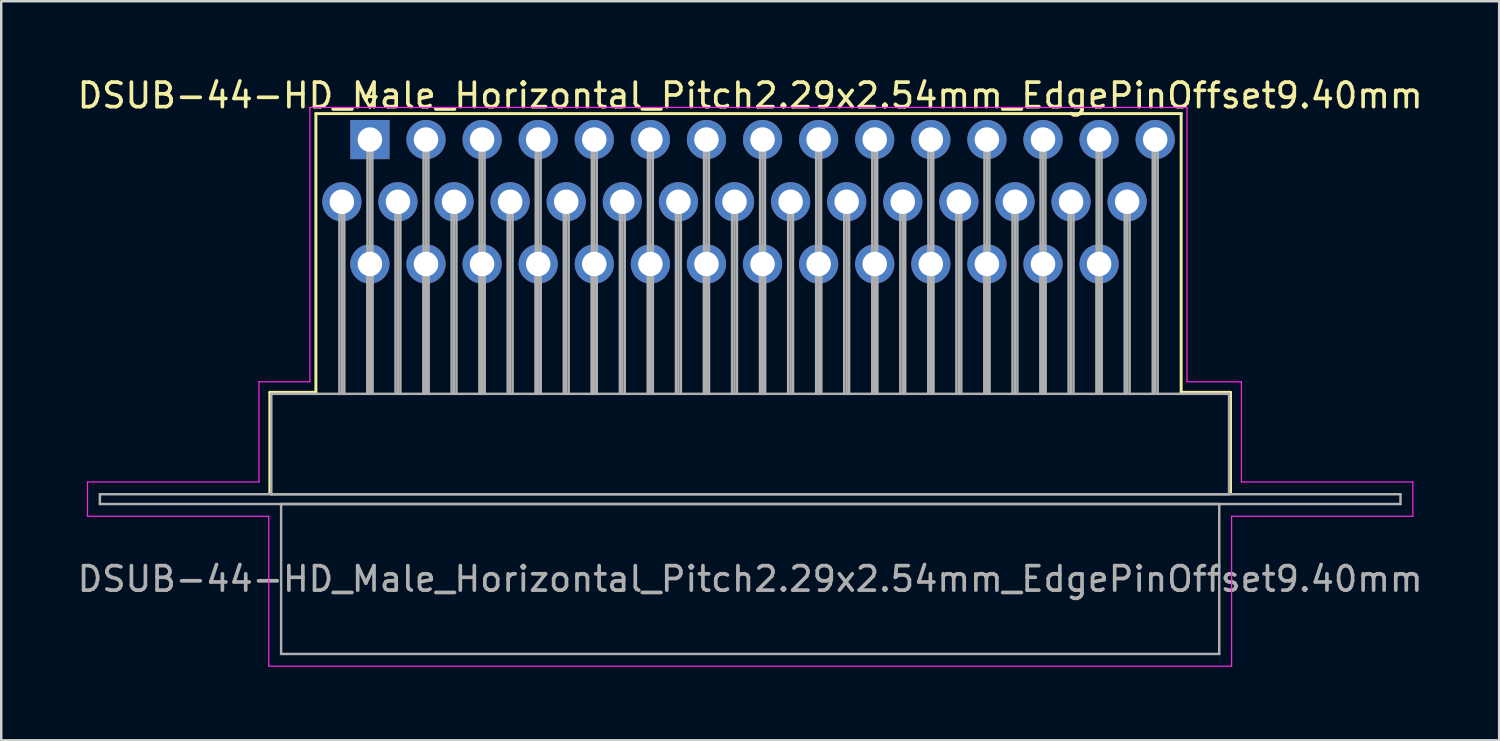
<source format=kicad_pcb>
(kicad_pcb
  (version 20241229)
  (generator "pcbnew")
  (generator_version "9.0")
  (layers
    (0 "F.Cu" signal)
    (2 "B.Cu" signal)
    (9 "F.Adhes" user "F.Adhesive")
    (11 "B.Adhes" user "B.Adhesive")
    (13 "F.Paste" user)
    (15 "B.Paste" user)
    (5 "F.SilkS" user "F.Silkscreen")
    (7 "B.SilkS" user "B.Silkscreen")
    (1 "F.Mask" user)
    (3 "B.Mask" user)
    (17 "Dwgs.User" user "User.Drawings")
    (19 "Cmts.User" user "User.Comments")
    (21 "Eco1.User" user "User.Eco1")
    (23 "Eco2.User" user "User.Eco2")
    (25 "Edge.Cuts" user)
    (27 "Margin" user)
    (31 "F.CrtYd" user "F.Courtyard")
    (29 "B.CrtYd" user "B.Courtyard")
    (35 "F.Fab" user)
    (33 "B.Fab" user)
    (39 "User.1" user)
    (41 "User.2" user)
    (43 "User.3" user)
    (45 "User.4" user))
  (footprint "DSUB-44-HD_Male_Horizontal_Pitch2.29x2.54mm_EdgePinOffset9.40mm"
    (layer "F.Cu")
    (at 12.052 2.648)
    (property "Reference" "DSUB-44-HD_Male_Horizontal_Pitch2.29x2.54mm_EdgePinOffset9.40mm" (at 15.525 -1.8 0) (layer "F.SilkS") (effects (font (size 1 1) (thickness 0.15))))
    (attr through_hole)
    (fp_line (start -4.085 10.32) (end -2.205 10.32) (stroke (width 0.12) (type solid)) (layer "F.SilkS"))
    (fp_line (start -4.085 14.42) (end -4.085 10.32) (stroke (width 0.12) (type solid)) (layer "F.SilkS"))
    (fp_line (start -2.205 -1.06) (end 33.12 -1.06) (stroke (width 0.12) (type solid)) (layer "F.SilkS"))
    (fp_line (start -2.205 10.32) (end -2.205 -1.06) (stroke (width 0.12) (type solid)) (layer "F.SilkS"))
    (fp_line (start -0.25 -1.754) (end 0.25 -1.754) (stroke (width 0.12) (type solid)) (layer "F.SilkS"))
    (fp_line (start 0 -1.321) (end -0.25 -1.754) (stroke (width 0.12) (type solid)) (layer "F.SilkS"))
    (fp_line (start 0.25 -1.754) (end 0 -1.321) (stroke (width 0.12) (type solid)) (layer "F.SilkS"))
    (fp_line (start 33.12 -1.06) (end 33.12 10.32) (stroke (width 0.12) (type solid)) (layer "F.SilkS"))
    (fp_line (start 33.12 10.32) (end 35.135 10.32) (stroke (width 0.12) (type solid)) (layer "F.SilkS"))
    (fp_line (start 35.135 10.32) (end 35.135 14.42) (stroke (width 0.12) (type solid)) (layer "F.SilkS"))
    (fp_line (start -11.53 13.98) (end -4.53 13.98) (stroke (width 0.05) (type solid)) (layer "F.CrtYd"))
    (fp_line (start -11.53 15.38) (end -11.53 13.98) (stroke (width 0.05) (type solid)) (layer "F.CrtYd"))
    (fp_line (start -4.53 9.89) (end -2.45 9.89) (stroke (width 0.05) (type solid)) (layer "F.CrtYd"))
    (fp_line (start -4.53 13.98) (end -4.53 9.89) (stroke (width 0.05) (type solid)) (layer "F.CrtYd"))
    (fp_line (start -4.13 15.38) (end -11.53 15.38) (stroke (width 0.05) (type solid)) (layer "F.CrtYd"))
    (fp_line (start -4.13 21.5) (end -4.13 15.38) (stroke (width 0.05) (type solid)) (layer "F.CrtYd"))
    (fp_line (start -2.45 -1.31) (end 33.36 -1.31) (stroke (width 0.05) (type solid)) (layer "F.CrtYd"))
    (fp_line (start -2.45 9.89) (end -2.45 -1.31) (stroke (width 0.05) (type solid)) (layer "F.CrtYd"))
    (fp_line (start 33.36 -1.31) (end 33.36 9.89) (stroke (width 0.05) (type solid)) (layer "F.CrtYd"))
    (fp_line (start 33.36 9.89) (end 35.58 9.89) (stroke (width 0.05) (type solid)) (layer "F.CrtYd"))
    (fp_line (start 35.18 15.38) (end 35.18 21.5) (stroke (width 0.05) (type solid)) (layer "F.CrtYd"))
    (fp_line (start 35.18 21.5) (end -4.13 21.5) (stroke (width 0.05) (type solid)) (layer "F.CrtYd"))
    (fp_line (start 35.58 9.89) (end 35.58 13.98) (stroke (width 0.05) (type solid)) (layer "F.CrtYd"))
    (fp_line (start 35.58 13.98) (end 42.58 13.98) (stroke (width 0.05) (type solid)) (layer "F.CrtYd"))
    (fp_line (start 42.58 13.98) (end 42.58 15.38) (stroke (width 0.05) (type solid)) (layer "F.CrtYd"))
    (fp_line (start 42.58 15.38) (end 35.18 15.38) (stroke (width 0.05) (type solid)) (layer "F.CrtYd"))
    (fp_line (start -11.025 14.48) (end -11.025 14.88) (stroke (width 0.1) (type solid)) (layer "F.Fab"))
    (fp_line (start -11.025 14.88) (end 42.075 14.88) (stroke (width 0.1) (type solid)) (layer "F.Fab"))
    (fp_line (start -4.025 10.38) (end -4.025 14.48) (stroke (width 0.1) (type solid)) (layer "F.Fab"))
    (fp_line (start -4.025 14.48) (end 35.075 14.48) (stroke (width 0.1) (type solid)) (layer "F.Fab"))
    (fp_line (start -3.625 14.88) (end -3.625 21) (stroke (width 0.1) (type solid)) (layer "F.Fab"))
    (fp_line (start -3.625 21) (end 34.675 21) (stroke (width 0.1) (type solid)) (layer "F.Fab"))
    (fp_line (start -1.245 2.54) (end -1.245 10.38) (stroke (width 0.1) (type solid)) (layer "F.Fab"))
    (fp_line (start -1.145 2.54) (end -1.145 10.38) (stroke (width 0.1) (type solid)) (layer "F.Fab"))
    (fp_line (start -1.045 2.54) (end -1.045 10.38) (stroke (width 0.1) (type solid)) (layer "F.Fab"))
    (fp_line (start -0.1 0) (end -0.1 10.38) (stroke (width 0.1) (type solid)) (layer "F.Fab"))
    (fp_line (start -0.1 5.08) (end -0.1 10.38) (stroke (width 0.1) (type solid)) (layer "F.Fab"))
    (fp_line (start 0 0) (end 0 10.38) (stroke (width 0.1) (type solid)) (layer "F.Fab"))
    (fp_line (start 0 5.08) (end 0 10.38) (stroke (width 0.1) (type solid)) (layer "F.Fab"))
    (fp_line (start 0.1 0) (end 0.1 10.38) (stroke (width 0.1) (type solid)) (layer "F.Fab"))
    (fp_line (start 0.1 5.08) (end 0.1 10.38) (stroke (width 0.1) (type solid)) (layer "F.Fab"))
    (fp_line (start 1.045 2.54) (end 1.045 10.38) (stroke (width 0.1) (type solid)) (layer "F.Fab"))
    (fp_line (start 1.145 2.54) (end 1.145 10.38) (stroke (width 0.1) (type solid)) (layer "F.Fab"))
    (fp_line (start 1.245 2.54) (end 1.245 10.38) (stroke (width 0.1) (type solid)) (layer "F.Fab"))
    (fp_line (start 2.19 0) (end 2.19 10.38) (stroke (width 0.1) (type solid)) (layer "F.Fab"))
    (fp_line (start 2.19 5.08) (end 2.19 10.38) (stroke (width 0.1) (type solid)) (layer "F.Fab"))
    (fp_line (start 2.29 0) (end 2.29 10.38) (stroke (width 0.1) (type solid)) (layer "F.Fab"))
    (fp_line (start 2.29 5.08) (end 2.29 10.38) (stroke (width 0.1) (type solid)) (layer "F.Fab"))
    (fp_line (start 2.39 0) (end 2.39 10.38) (stroke (width 0.1) (type solid)) (layer "F.Fab"))
    (fp_line (start 2.39 5.08) (end 2.39 10.38) (stroke (width 0.1) (type solid)) (layer "F.Fab"))
    (fp_line (start 3.335 2.54) (end 3.335 10.38) (stroke (width 0.1) (type solid)) (layer "F.Fab"))
    (fp_line (start 3.435 2.54) (end 3.435 10.38) (stroke (width 0.1) (type solid)) (layer "F.Fab"))
    (fp_line (start 3.535 2.54) (end 3.535 10.38) (stroke (width 0.1) (type solid)) (layer "F.Fab"))
    (fp_line (start 4.48 0) (end 4.48 10.38) (stroke (width 0.1) (type solid)) (layer "F.Fab"))
    (fp_line (start 4.48 5.08) (end 4.48 10.38) (stroke (width 0.1) (type solid)) (layer "F.Fab"))
    (fp_line (start 4.58 0) (end 4.58 10.38) (stroke (width 0.1) (type solid)) (layer "F.Fab"))
    (fp_line (start 4.58 5.08) (end 4.58 10.38) (stroke (width 0.1) (type solid)) (layer "F.Fab"))
    (fp_line (start 4.68 0) (end 4.68 10.38) (stroke (width 0.1) (type solid)) (layer "F.Fab"))
    (fp_line (start 4.68 5.08) (end 4.68 10.38) (stroke (width 0.1) (type solid)) (layer "F.Fab"))
    (fp_line (start 5.625 2.54) (end 5.625 10.38) (stroke (width 0.1) (type solid)) (layer "F.Fab"))
    (fp_line (start 5.725 2.54) (end 5.725 10.38) (stroke (width 0.1) (type solid)) (layer "F.Fab"))
    (fp_line (start 5.825 2.54) (end 5.825 10.38) (stroke (width 0.1) (type solid)) (layer "F.Fab"))
    (fp_line (start 6.77 0) (end 6.77 10.38) (stroke (width 0.1) (type solid)) (layer "F.Fab"))
    (fp_line (start 6.77 5.08) (end 6.77 10.38) (stroke (width 0.1) (type solid)) (layer "F.Fab"))
    (fp_line (start 6.87 0) (end 6.87 10.38) (stroke (width 0.1) (type solid)) (layer "F.Fab"))
    (fp_line (start 6.87 5.08) (end 6.87 10.38) (stroke (width 0.1) (type solid)) (layer "F.Fab"))
    (fp_line (start 6.97 0) (end 6.97 10.38) (stroke (width 0.1) (type solid)) (layer "F.Fab"))
    (fp_line (start 6.97 5.08) (end 6.97 10.38) (stroke (width 0.1) (type solid)) (layer "F.Fab"))
    (fp_line (start 7.915 2.54) (end 7.915 10.38) (stroke (width 0.1) (type solid)) (layer "F.Fab"))
    (fp_line (start 8.015 2.54) (end 8.015 10.38) (stroke (width 0.1) (type solid)) (layer "F.Fab"))
    (fp_line (start 8.115 2.54) (end 8.115 10.38) (stroke (width 0.1) (type solid)) (layer "F.Fab"))
    (fp_line (start 9.06 0) (end 9.06 10.38) (stroke (width 0.1) (type solid)) (layer "F.Fab"))
    (fp_line (start 9.06 5.08) (end 9.06 10.38) (stroke (width 0.1) (type solid)) (layer "F.Fab"))
    (fp_line (start 9.16 0) (end 9.16 10.38) (stroke (width 0.1) (type solid)) (layer "F.Fab"))
    (fp_line (start 9.16 5.08) (end 9.16 10.38) (stroke (width 0.1) (type solid)) (layer "F.Fab"))
    (fp_line (start 9.26 0) (end 9.26 10.38) (stroke (width 0.1) (type solid)) (layer "F.Fab"))
    (fp_line (start 9.26 5.08) (end 9.26 10.38) (stroke (width 0.1) (type solid)) (layer "F.Fab"))
    (fp_line (start 10.205 2.54) (end 10.205 10.38) (stroke (width 0.1) (type solid)) (layer "F.Fab"))
    (fp_line (start 10.305 2.54) (end 10.305 10.38) (stroke (width 0.1) (type solid)) (layer "F.Fab"))
    (fp_line (start 10.405 2.54) (end 10.405 10.38) (stroke (width 0.1) (type solid)) (layer "F.Fab"))
    (fp_line (start 11.35 0) (end 11.35 10.38) (stroke (width 0.1) (type solid)) (layer "F.Fab"))
    (fp_line (start 11.35 5.08) (end 11.35 10.38) (stroke (width 0.1) (type solid)) (layer "F.Fab"))
    (fp_line (start 11.45 0) (end 11.45 10.38) (stroke (width 0.1) (type solid)) (layer "F.Fab"))
    (fp_line (start 11.45 5.08) (end 11.45 10.38) (stroke (width 0.1) (type solid)) (layer "F.Fab"))
    (fp_line (start 11.55 0) (end 11.55 10.38) (stroke (width 0.1) (type solid)) (layer "F.Fab"))
    (fp_line (start 11.55 5.08) (end 11.55 10.38) (stroke (width 0.1) (type solid)) (layer "F.Fab"))
    (fp_line (start 12.495 2.54) (end 12.495 10.38) (stroke (width 0.1) (type solid)) (layer "F.Fab"))
    (fp_line (start 12.595 2.54) (end 12.595 10.38) (stroke (width 0.1) (type solid)) (layer "F.Fab"))
    (fp_line (start 12.695 2.54) (end 12.695 10.38) (stroke (width 0.1) (type solid)) (layer "F.Fab"))
    (fp_line (start 13.64 0) (end 13.64 10.38) (stroke (width 0.1) (type solid)) (layer "F.Fab"))
    (fp_line (start 13.64 5.08) (end 13.64 10.38) (stroke (width 0.1) (type solid)) (layer "F.Fab"))
    (fp_line (start 13.74 0) (end 13.74 10.38) (stroke (width 0.1) (type solid)) (layer "F.Fab"))
    (fp_line (start 13.74 5.08) (end 13.74 10.38) (stroke (width 0.1) (type solid)) (layer "F.Fab"))
    (fp_line (start 13.84 0) (end 13.84 10.38) (stroke (width 0.1) (type solid)) (layer "F.Fab"))
    (fp_line (start 13.84 5.08) (end 13.84 10.38) (stroke (width 0.1) (type solid)) (layer "F.Fab"))
    (fp_line (start 14.785 2.54) (end 14.785 10.38) (stroke (width 0.1) (type solid)) (layer "F.Fab"))
    (fp_line (start 14.885 2.54) (end 14.885 10.38) (stroke (width 0.1) (type solid)) (layer "F.Fab"))
    (fp_line (start 14.985 2.54) (end 14.985 10.38) (stroke (width 0.1) (type solid)) (layer "F.Fab"))
    (fp_line (start 15.93 0) (end 15.93 10.38) (stroke (width 0.1) (type solid)) (layer "F.Fab"))
    (fp_line (start 15.93 5.08) (end 15.93 10.38) (stroke (width 0.1) (type solid)) (layer "F.Fab"))
    (fp_line (start 16.03 0) (end 16.03 10.38) (stroke (width 0.1) (type solid)) (layer "F.Fab"))
    (fp_line (start 16.03 5.08) (end 16.03 10.38) (stroke (width 0.1) (type solid)) (layer "F.Fab"))
    (fp_line (start 16.13 0) (end 16.13 10.38) (stroke (width 0.1) (type solid)) (layer "F.Fab"))
    (fp_line (start 16.13 5.08) (end 16.13 10.38) (stroke (width 0.1) (type solid)) (layer "F.Fab"))
    (fp_line (start 17.075 2.54) (end 17.075 10.38) (stroke (width 0.1) (type solid)) (layer "F.Fab"))
    (fp_line (start 17.175 2.54) (end 17.175 10.38) (stroke (width 0.1) (type solid)) (layer "F.Fab"))
    (fp_line (start 17.275 2.54) (end 17.275 10.38) (stroke (width 0.1) (type solid)) (layer "F.Fab"))
    (fp_line (start 18.22 0) (end 18.22 10.38) (stroke (width 0.1) (type solid)) (layer "F.Fab"))
    (fp_line (start 18.22 5.08) (end 18.22 10.38) (stroke (width 0.1) (type solid)) (layer "F.Fab"))
    (fp_line (start 18.32 0) (end 18.32 10.38) (stroke (width 0.1) (type solid)) (layer "F.Fab"))
    (fp_line (start 18.32 5.08) (end 18.32 10.38) (stroke (width 0.1) (type solid)) (layer "F.Fab"))
    (fp_line (start 18.42 0) (end 18.42 10.38) (stroke (width 0.1) (type solid)) (layer "F.Fab"))
    (fp_line (start 18.42 5.08) (end 18.42 10.38) (stroke (width 0.1) (type solid)) (layer "F.Fab"))
    (fp_line (start 19.365 2.54) (end 19.365 10.38) (stroke (width 0.1) (type solid)) (layer "F.Fab"))
    (fp_line (start 19.465 2.54) (end 19.465 10.38) (stroke (width 0.1) (type solid)) (layer "F.Fab"))
    (fp_line (start 19.565 2.54) (end 19.565 10.38) (stroke (width 0.1) (type solid)) (layer "F.Fab"))
    (fp_line (start 20.51 0) (end 20.51 10.38) (stroke (width 0.1) (type solid)) (layer "F.Fab"))
    (fp_line (start 20.51 5.08) (end 20.51 10.38) (stroke (width 0.1) (type solid)) (layer "F.Fab"))
    (fp_line (start 20.61 0) (end 20.61 10.38) (stroke (width 0.1) (type solid)) (layer "F.Fab"))
    (fp_line (start 20.61 5.08) (end 20.61 10.38) (stroke (width 0.1) (type solid)) (layer "F.Fab"))
    (fp_line (start 20.71 0) (end 20.71 10.38) (stroke (width 0.1) (type solid)) (layer "F.Fab"))
    (fp_line (start 20.71 5.08) (end 20.71 10.38) (stroke (width 0.1) (type solid)) (layer "F.Fab"))
    (fp_line (start 21.655 2.54) (end 21.655 10.38) (stroke (width 0.1) (type solid)) (layer "F.Fab"))
    (fp_line (start 21.755 2.54) (end 21.755 10.38) (stroke (width 0.1) (type solid)) (layer "F.Fab"))
    (fp_line (start 21.855 2.54) (end 21.855 10.38) (stroke (width 0.1) (type solid)) (layer "F.Fab"))
    (fp_line (start 22.8 0) (end 22.8 10.38) (stroke (width 0.1) (type solid)) (layer "F.Fab"))
    (fp_line (start 22.8 5.08) (end 22.8 10.38) (stroke (width 0.1) (type solid)) (layer "F.Fab"))
    (fp_line (start 22.9 0) (end 22.9 10.38) (stroke (width 0.1) (type solid)) (layer "F.Fab"))
    (fp_line (start 22.9 5.08) (end 22.9 10.38) (stroke (width 0.1) (type solid)) (layer "F.Fab"))
    (fp_line (start 23 0) (end 23 10.38) (stroke (width 0.1) (type solid)) (layer "F.Fab"))
    (fp_line (start 23 5.08) (end 23 10.38) (stroke (width 0.1) (type solid)) (layer "F.Fab"))
    (fp_line (start 23.945 2.54) (end 23.945 10.38) (stroke (width 0.1) (type solid)) (layer "F.Fab"))
    (fp_line (start 24.045 2.54) (end 24.045 10.38) (stroke (width 0.1) (type solid)) (layer "F.Fab"))
    (fp_line (start 24.145 2.54) (end 24.145 10.38) (stroke (width 0.1) (type solid)) (layer "F.Fab"))
    (fp_line (start 25.09 0) (end 25.09 10.38) (stroke (width 0.1) (type solid)) (layer "F.Fab"))
    (fp_line (start 25.09 5.08) (end 25.09 10.38) (stroke (width 0.1) (type solid)) (layer "F.Fab"))
    (fp_line (start 25.19 0) (end 25.19 10.38) (stroke (width 0.1) (type solid)) (layer "F.Fab"))
    (fp_line (start 25.19 5.08) (end 25.19 10.38) (stroke (width 0.1) (type solid)) (layer "F.Fab"))
    (fp_line (start 25.29 0) (end 25.29 10.38) (stroke (width 0.1) (type solid)) (layer "F.Fab"))
    (fp_line (start 25.29 5.08) (end 25.29 10.38) (stroke (width 0.1) (type solid)) (layer "F.Fab"))
    (fp_line (start 26.235 2.54) (end 26.235 10.38) (stroke (width 0.1) (type solid)) (layer "F.Fab"))
    (fp_line (start 26.335 2.54) (end 26.335 10.38) (stroke (width 0.1) (type solid)) (layer "F.Fab"))
    (fp_line (start 26.435 2.54) (end 26.435 10.38) (stroke (width 0.1) (type solid)) (layer "F.Fab"))
    (fp_line (start 27.38 0) (end 27.38 10.38) (stroke (width 0.1) (type solid)) (layer "F.Fab"))
    (fp_line (start 27.38 5.08) (end 27.38 10.38) (stroke (width 0.1) (type solid)) (layer "F.Fab"))
    (fp_line (start 27.48 0) (end 27.48 10.38) (stroke (width 0.1) (type solid)) (layer "F.Fab"))
    (fp_line (start 27.48 5.08) (end 27.48 10.38) (stroke (width 0.1) (type solid)) (layer "F.Fab"))
    (fp_line (start 27.58 0) (end 27.58 10.38) (stroke (width 0.1) (type solid)) (layer "F.Fab"))
    (fp_line (start 27.58 5.08) (end 27.58 10.38) (stroke (width 0.1) (type solid)) (layer "F.Fab"))
    (fp_line (start 28.525 2.54) (end 28.525 10.38) (stroke (width 0.1) (type solid)) (layer "F.Fab"))
    (fp_line (start 28.625 2.54) (end 28.625 10.38) (stroke (width 0.1) (type solid)) (layer "F.Fab"))
    (fp_line (start 28.725 2.54) (end 28.725 10.38) (stroke (width 0.1) (type solid)) (layer "F.Fab"))
    (fp_line (start 29.67 0) (end 29.67 10.38) (stroke (width 0.1) (type solid)) (layer "F.Fab"))
    (fp_line (start 29.67 5.08) (end 29.67 10.38) (stroke (width 0.1) (type solid)) (layer "F.Fab"))
    (fp_line (start 29.77 0) (end 29.77 10.38) (stroke (width 0.1) (type solid)) (layer "F.Fab"))
    (fp_line (start 29.77 5.08) (end 29.77 10.38) (stroke (width 0.1) (type solid)) (layer "F.Fab"))
    (fp_line (start 29.87 0) (end 29.87 10.38) (stroke (width 0.1) (type solid)) (layer "F.Fab"))
    (fp_line (start 29.87 5.08) (end 29.87 10.38) (stroke (width 0.1) (type solid)) (layer "F.Fab"))
    (fp_line (start 30.815 2.54) (end 30.815 10.38) (stroke (width 0.1) (type solid)) (layer "F.Fab"))
    (fp_line (start 30.915 2.54) (end 30.915 10.38) (stroke (width 0.1) (type solid)) (layer "F.Fab"))
    (fp_line (start 31.015 2.54) (end 31.015 10.38) (stroke (width 0.1) (type solid)) (layer "F.Fab"))
    (fp_line (start 31.96 0) (end 31.96 10.38) (stroke (width 0.1) (type solid)) (layer "F.Fab"))
    (fp_line (start 32.06 0) (end 32.06 10.38) (stroke (width 0.1) (type solid)) (layer "F.Fab"))
    (fp_line (start 32.16 0) (end 32.16 10.38) (stroke (width 0.1) (type solid)) (layer "F.Fab"))
    (fp_line (start 34.675 14.88) (end -3.625 14.88) (stroke (width 0.1) (type solid)) (layer "F.Fab"))
    (fp_line (start 34.675 21) (end 34.675 14.88) (stroke (width 0.1) (type solid)) (layer "F.Fab"))
    (fp_line (start 35.075 10.38) (end -4.025 10.38) (stroke (width 0.1) (type solid)) (layer "F.Fab"))
    (fp_line (start 35.075 14.48) (end 35.075 10.38) (stroke (width 0.1) (type solid)) (layer "F.Fab"))
    (fp_line (start 42.075 14.48) (end -11.025 14.48) (stroke (width 0.1) (type solid)) (layer "F.Fab"))
    (fp_line (start 42.075 14.88) (end 42.075 14.48) (stroke (width 0.1) (type solid)) (layer "F.Fab"))
    (fp_text user "${REFERENCE}" (at 15.525 17.94 0) (layer "F.Fab") (effects (font (size 1 1) (thickness 0.15))))
    (pad "1" thru_hole rect (at 0 0) (size 1.6 1.6) (drill 1) (layers "*.Cu" "*.Mask"))
    (pad "2" thru_hole circle (at 2.29 0) (size 1.6 1.6) (drill 1) (layers "*.Cu" "*.Mask"))
    (pad "3" thru_hole circle (at 4.58 0) (size 1.6 1.6) (drill 1) (layers "*.Cu" "*.Mask"))
    (pad "4" thru_hole circle (at 6.87 0) (size 1.6 1.6) (drill 1) (layers "*.Cu" "*.Mask"))
    (pad "5" thru_hole circle (at 9.16 0) (size 1.6 1.6) (drill 1) (layers "*.Cu" "*.Mask"))
    (pad "6" thru_hole circle (at 11.45 0) (size 1.6 1.6) (drill 1) (layers "*.Cu" "*.Mask"))
    (pad "7" thru_hole circle (at 13.74 0) (size 1.6 1.6) (drill 1) (layers "*.Cu" "*.Mask"))
    (pad "8" thru_hole circle (at 16.03 0) (size 1.6 1.6) (drill 1) (layers "*.Cu" "*.Mask"))
    (pad "9" thru_hole circle (at 18.32 0) (size 1.6 1.6) (drill 1) (layers "*.Cu" "*.Mask"))
    (pad "10" thru_hole circle (at 20.61 0) (size 1.6 1.6) (drill 1) (layers "*.Cu" "*.Mask"))
    (pad "11" thru_hole circle (at 22.9 0) (size 1.6 1.6) (drill 1) (layers "*.Cu" "*.Mask"))
    (pad "12" thru_hole circle (at 25.19 0) (size 1.6 1.6) (drill 1) (layers "*.Cu" "*.Mask"))
    (pad "13" thru_hole circle (at 27.48 0) (size 1.6 1.6) (drill 1) (layers "*.Cu" "*.Mask"))
    (pad "14" thru_hole circle (at 29.77 0) (size 1.6 1.6) (drill 1) (layers "*.Cu" "*.Mask"))
    (pad "15" thru_hole circle (at 32.06 0) (size 1.6 1.6) (drill 1) (layers "*.Cu" "*.Mask"))
    (pad "16" thru_hole circle (at -1.145 2.54) (size 1.6 1.6) (drill 1) (layers "*.Cu" "*.Mask"))
    (pad "17" thru_hole circle (at 1.145 2.54) (size 1.6 1.6) (drill 1) (layers "*.Cu" "*.Mask"))
    (pad "18" thru_hole circle (at 3.435 2.54) (size 1.6 1.6) (drill 1) (layers "*.Cu" "*.Mask"))
    (pad "19" thru_hole circle (at 5.725 2.54) (size 1.6 1.6) (drill 1) (layers "*.Cu" "*.Mask"))
    (pad "20" thru_hole circle (at 8.015 2.54) (size 1.6 1.6) (drill 1) (layers "*.Cu" "*.Mask"))
    (pad "21" thru_hole circle (at 10.305 2.54) (size 1.6 1.6) (drill 1) (layers "*.Cu" "*.Mask"))
    (pad "22" thru_hole circle (at 12.595 2.54) (size 1.6 1.6) (drill 1) (layers "*.Cu" "*.Mask"))
    (pad "23" thru_hole circle (at 14.885 2.54) (size 1.6 1.6) (drill 1) (layers "*.Cu" "*.Mask"))
    (pad "24" thru_hole circle (at 17.175 2.54) (size 1.6 1.6) (drill 1) (layers "*.Cu" "*.Mask"))
    (pad "25" thru_hole circle (at 19.465 2.54) (size 1.6 1.6) (drill 1) (layers "*.Cu" "*.Mask"))
    (pad "26" thru_hole circle (at 21.755 2.54) (size 1.6 1.6) (drill 1) (layers "*.Cu" "*.Mask"))
    (pad "27" thru_hole circle (at 24.045 2.54) (size 1.6 1.6) (drill 1) (layers "*.Cu" "*.Mask"))
    (pad "28" thru_hole circle (at 26.335 2.54) (size 1.6 1.6) (drill 1) (layers "*.Cu" "*.Mask"))
    (pad "29" thru_hole circle (at 28.625 2.54) (size 1.6 1.6) (drill 1) (layers "*.Cu" "*.Mask"))
    (pad "30" thru_hole circle (at 30.915 2.54) (size 1.6 1.6) (drill 1) (layers "*.Cu" "*.Mask"))
    (pad "31" thru_hole circle (at 0 5.08) (size 1.6 1.6) (drill 1) (layers "*.Cu" "*.Mask"))
    (pad "32" thru_hole circle (at 2.29 5.08) (size 1.6 1.6) (drill 1) (layers "*.Cu" "*.Mask"))
    (pad "33" thru_hole circle (at 4.58 5.08) (size 1.6 1.6) (drill 1) (layers "*.Cu" "*.Mask"))
    (pad "34" thru_hole circle (at 6.87 5.08) (size 1.6 1.6) (drill 1) (layers "*.Cu" "*.Mask"))
    (pad "35" thru_hole circle (at 9.16 5.08) (size 1.6 1.6) (drill 1) (layers "*.Cu" "*.Mask"))
    (pad "36" thru_hole circle (at 11.45 5.08) (size 1.6 1.6) (drill 1) (layers "*.Cu" "*.Mask"))
    (pad "37" thru_hole circle (at 13.74 5.08) (size 1.6 1.6) (drill 1) (layers "*.Cu" "*.Mask"))
    (pad "38" thru_hole circle (at 16.03 5.08) (size 1.6 1.6) (drill 1) (layers "*.Cu" "*.Mask"))
    (pad "39" thru_hole circle (at 18.32 5.08) (size 1.6 1.6) (drill 1) (layers "*.Cu" "*.Mask"))
    (pad "40" thru_hole circle (at 20.61 5.08) (size 1.6 1.6) (drill 1) (layers "*.Cu" "*.Mask"))
    (pad "41" thru_hole circle (at 22.9 5.08) (size 1.6 1.6) (drill 1) (layers "*.Cu" "*.Mask"))
    (pad "42" thru_hole circle (at 25.19 5.08) (size 1.6 1.6) (drill 1) (layers "*.Cu" "*.Mask"))
    (pad "43" thru_hole circle (at 27.48 5.08) (size 1.6 1.6) (drill 1) (layers "*.Cu" "*.Mask"))
    (pad "44" thru_hole circle (at 29.77 5.08) (size 1.6 1.6) (drill 1) (layers "*.Cu" "*.Mask")))
  (gr_rect
    (start -3 -3)
    (end 58.155 27.173)
    (stroke (width 0.1) (type default))
    (fill no)
    (layer "Edge.Cuts")))
</source>
